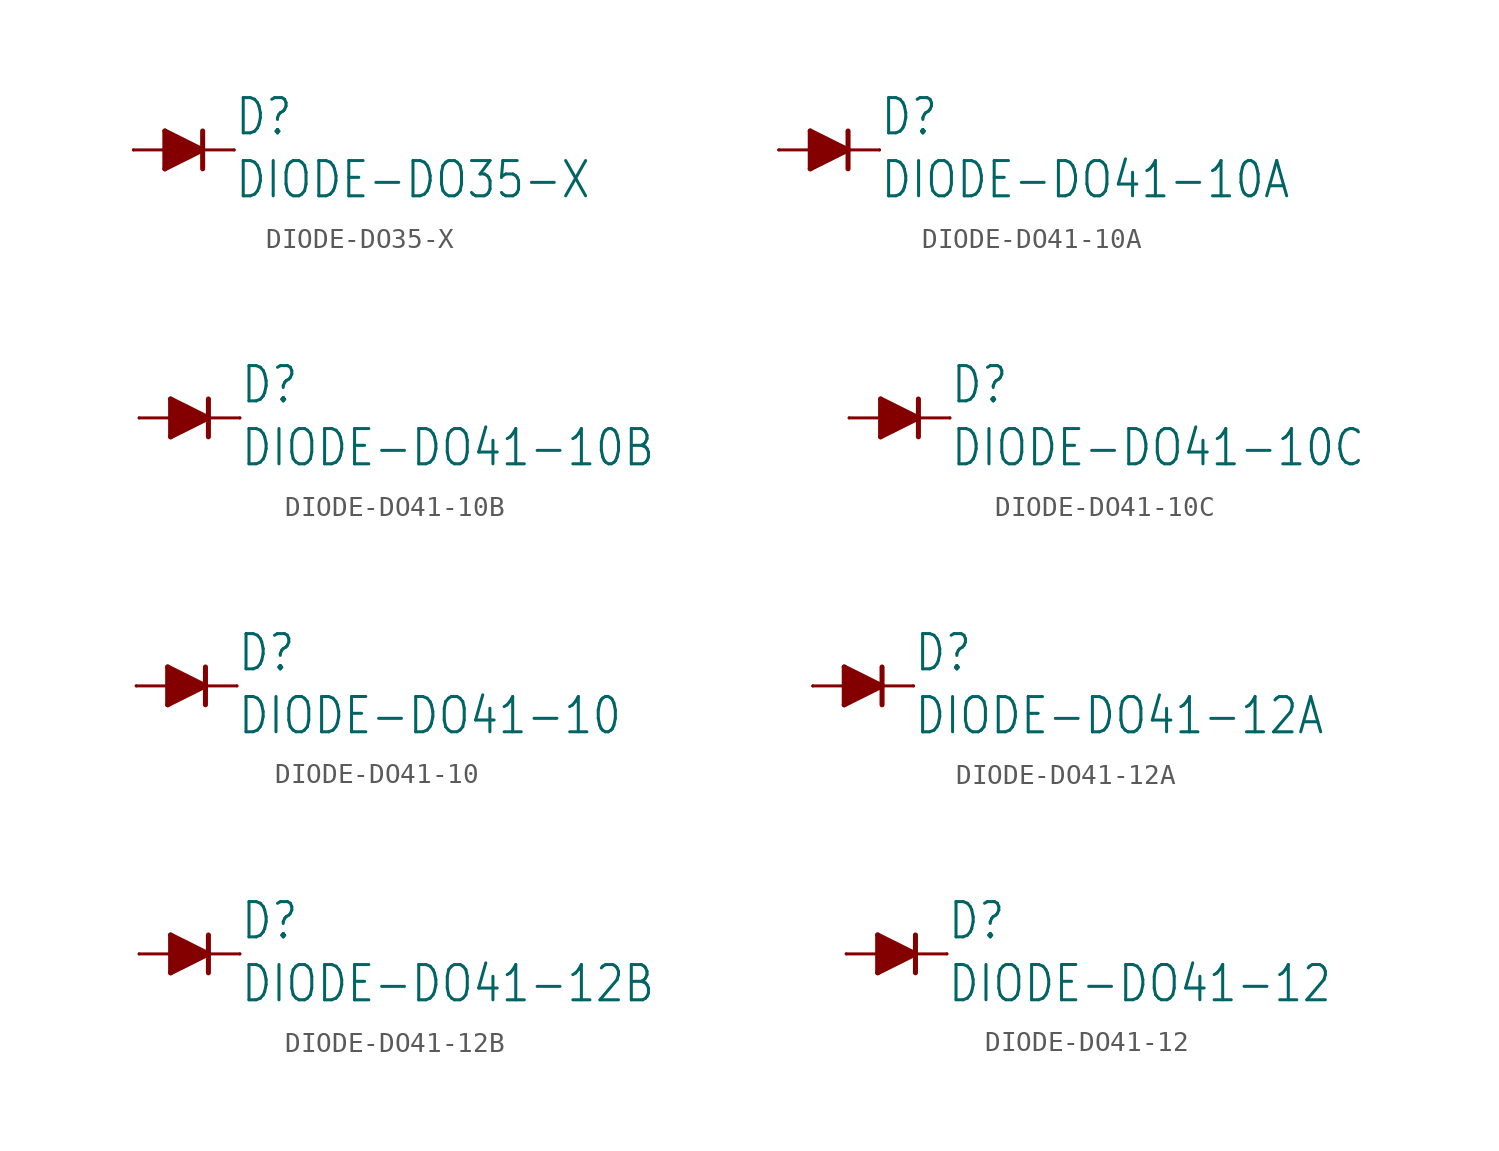
<source format=kicad_sym>
(kicad_symbol_lib
  (version 20211014)
  (generator kicad_symbol_editor)
  (symbol "DIODE-DO35-X"
    (property "Reference" "D"
      (at 2.54 0.635 0)
      (effects (font (size 1.778 1.511)) (justify left bottom)))
    (property "Value" "DIODE-DO35-X"
      (at 2.54 -2.54 0)
      (effects (font (size 1.778 1.511)) (justify left bottom)))
    (property "ki_locked" ""
      (at 0 0 0)
      (effects (font (size 1.27 1.27))))
    (symbol "DIODE-DO35-X_1_0"
      (polyline (pts (xy -0.953 -0.953) (xy 0.953 0)) (stroke (width 0.254) (type default) (color 0 0 0 0)) (fill (type none)))
      (polyline (pts (xy -0.953 0) (xy -2.54 0)) (stroke (width 0.152) (type default) (color 0 0 0 0)) (fill (type none)))
      (polyline (pts (xy -0.953 0) (xy -0.953 -0.953)) (stroke (width 0.254) (type default) (color 0 0 0 0)) (fill (type none)))
      (polyline (pts (xy -0.953 0.953) (xy -0.953 0)) (stroke (width 0.254) (type default) (color 0 0 0 0)) (fill (type none)))
      (polyline (pts (xy 0.953 0) (xy -0.953 0.953)) (stroke (width 0.254) (type default) (color 0 0 0 0)) (fill (type none)))
      (polyline (pts (xy 0.953 0) (xy 0.953 -0.953)) (stroke (width 0.254) (type default) (color 0 0 0 0)) (fill (type none)))
      (polyline (pts (xy 0.953 0) (xy 2.54 0)) (stroke (width 0.152) (type default) (color 0 0 0 0)) (fill (type none)))
      (polyline (pts (xy 0.953 0.953) (xy 0.953 0)) (stroke (width 0.254) (type default) (color 0 0 0 0)) (fill (type none)))
      (polyline (pts (xy -0.953 0.953) (xy 0.953 0) (xy -0.953 -0.953)) (stroke (width 0) (type default) (color 0 0 0 0)) (fill (type outline)))
      (pin passive line (at -2.54 0 0) (length 0) (name "A" (effects (font (size 0 0)))) (number "A" (effects (font (size 0 0)))))
      (pin passive line (at 2.54 0 180) (length 0) (name "C" (effects (font (size 0 0)))) (number "C" (effects (font (size 0 0)))))))
  (symbol "DIODE-DO41-10A"
    (property "Reference" "D"
      (at 2.54 0.635 0)
      (effects (font (size 1.778 1.511)) (justify left bottom)))
    (property "Value" "DIODE-DO41-10A"
      (at 2.54 -2.54 0)
      (effects (font (size 1.778 1.511)) (justify left bottom)))
    (property "ki_locked" ""
      (at 0 0 0)
      (effects (font (size 1.27 1.27))))
    (symbol "DIODE-DO41-10A_1_0"
      (polyline (pts (xy -0.953 -0.953) (xy 0.953 0)) (stroke (width 0.254) (type default) (color 0 0 0 0)) (fill (type none)))
      (polyline (pts (xy -0.953 0) (xy -2.54 0)) (stroke (width 0.152) (type default) (color 0 0 0 0)) (fill (type none)))
      (polyline (pts (xy -0.953 0) (xy -0.953 -0.953)) (stroke (width 0.254) (type default) (color 0 0 0 0)) (fill (type none)))
      (polyline (pts (xy -0.953 0.953) (xy -0.953 0)) (stroke (width 0.254) (type default) (color 0 0 0 0)) (fill (type none)))
      (polyline (pts (xy 0.953 0) (xy -0.953 0.953)) (stroke (width 0.254) (type default) (color 0 0 0 0)) (fill (type none)))
      (polyline (pts (xy 0.953 0) (xy 0.953 -0.953)) (stroke (width 0.254) (type default) (color 0 0 0 0)) (fill (type none)))
      (polyline (pts (xy 0.953 0) (xy 2.54 0)) (stroke (width 0.152) (type default) (color 0 0 0 0)) (fill (type none)))
      (polyline (pts (xy 0.953 0.953) (xy 0.953 0)) (stroke (width 0.254) (type default) (color 0 0 0 0)) (fill (type none)))
      (polyline (pts (xy -0.953 0.953) (xy 0.953 0) (xy -0.953 -0.953)) (stroke (width 0) (type default) (color 0 0 0 0)) (fill (type outline)))
      (pin passive line (at -2.54 0 0) (length 0) (name "A" (effects (font (size 0 0)))) (number "A" (effects (font (size 0 0)))))
      (pin passive line (at 2.54 0 180) (length 0) (name "C" (effects (font (size 0 0)))) (number "C" (effects (font (size 0 0)))))))
  (symbol "DIODE-DO41-10B"
    (property "Reference" "D"
      (at 2.54 0.635 0)
      (effects (font (size 1.778 1.511)) (justify left bottom)))
    (property "Value" "DIODE-DO41-10B"
      (at 2.54 -2.54 0)
      (effects (font (size 1.778 1.511)) (justify left bottom)))
    (property "ki_locked" ""
      (at 0 0 0)
      (effects (font (size 1.27 1.27))))
    (symbol "DIODE-DO41-10B_1_0"
      (polyline (pts (xy -0.953 -0.953) (xy 0.953 0)) (stroke (width 0.254) (type default) (color 0 0 0 0)) (fill (type none)))
      (polyline (pts (xy -0.953 0) (xy -2.54 0)) (stroke (width 0.152) (type default) (color 0 0 0 0)) (fill (type none)))
      (polyline (pts (xy -0.953 0) (xy -0.953 -0.953)) (stroke (width 0.254) (type default) (color 0 0 0 0)) (fill (type none)))
      (polyline (pts (xy -0.953 0.953) (xy -0.953 0)) (stroke (width 0.254) (type default) (color 0 0 0 0)) (fill (type none)))
      (polyline (pts (xy 0.953 0) (xy -0.953 0.953)) (stroke (width 0.254) (type default) (color 0 0 0 0)) (fill (type none)))
      (polyline (pts (xy 0.953 0) (xy 0.953 -0.953)) (stroke (width 0.254) (type default) (color 0 0 0 0)) (fill (type none)))
      (polyline (pts (xy 0.953 0) (xy 2.54 0)) (stroke (width 0.152) (type default) (color 0 0 0 0)) (fill (type none)))
      (polyline (pts (xy 0.953 0.953) (xy 0.953 0)) (stroke (width 0.254) (type default) (color 0 0 0 0)) (fill (type none)))
      (polyline (pts (xy -0.953 0.953) (xy 0.953 0) (xy -0.953 -0.953)) (stroke (width 0) (type default) (color 0 0 0 0)) (fill (type outline)))
      (pin passive line (at -2.54 0 0) (length 0) (name "A" (effects (font (size 0 0)))) (number "A" (effects (font (size 0 0)))))
      (pin passive line (at 2.54 0 180) (length 0) (name "C" (effects (font (size 0 0)))) (number "C" (effects (font (size 0 0)))))))
  (symbol "DIODE-DO41-10C"
    (property "Reference" "D"
      (at 2.54 0.635 0)
      (effects (font (size 1.778 1.511)) (justify left bottom)))
    (property "Value" "DIODE-DO41-10C"
      (at 2.54 -2.54 0)
      (effects (font (size 1.778 1.511)) (justify left bottom)))
    (property "ki_locked" ""
      (at 0 0 0)
      (effects (font (size 1.27 1.27))))
    (symbol "DIODE-DO41-10C_1_0"
      (polyline (pts (xy -0.953 -0.953) (xy 0.953 0)) (stroke (width 0.254) (type default) (color 0 0 0 0)) (fill (type none)))
      (polyline (pts (xy -0.953 0) (xy -2.54 0)) (stroke (width 0.152) (type default) (color 0 0 0 0)) (fill (type none)))
      (polyline (pts (xy -0.953 0) (xy -0.953 -0.953)) (stroke (width 0.254) (type default) (color 0 0 0 0)) (fill (type none)))
      (polyline (pts (xy -0.953 0.953) (xy -0.953 0)) (stroke (width 0.254) (type default) (color 0 0 0 0)) (fill (type none)))
      (polyline (pts (xy 0.953 0) (xy -0.953 0.953)) (stroke (width 0.254) (type default) (color 0 0 0 0)) (fill (type none)))
      (polyline (pts (xy 0.953 0) (xy 0.953 -0.953)) (stroke (width 0.254) (type default) (color 0 0 0 0)) (fill (type none)))
      (polyline (pts (xy 0.953 0) (xy 2.54 0)) (stroke (width 0.152) (type default) (color 0 0 0 0)) (fill (type none)))
      (polyline (pts (xy 0.953 0.953) (xy 0.953 0)) (stroke (width 0.254) (type default) (color 0 0 0 0)) (fill (type none)))
      (polyline (pts (xy -0.953 0.953) (xy 0.953 0) (xy -0.953 -0.953)) (stroke (width 0) (type default) (color 0 0 0 0)) (fill (type outline)))
      (pin passive line (at -2.54 0 0) (length 0) (name "A" (effects (font (size 0 0)))) (number "A" (effects (font (size 0 0)))))
      (pin passive line (at 2.54 0 180) (length 0) (name "C" (effects (font (size 0 0)))) (number "C" (effects (font (size 0 0)))))))
  (symbol "DIODE-DO41-10"
    (property "Reference" "D"
      (at 2.54 0.635 0)
      (effects (font (size 1.778 1.511)) (justify left bottom)))
    (property "Value" "DIODE-DO41-10"
      (at 2.54 -2.54 0)
      (effects (font (size 1.778 1.511)) (justify left bottom)))
    (property "ki_locked" ""
      (at 0 0 0)
      (effects (font (size 1.27 1.27))))
    (symbol "DIODE-DO41-10_1_0"
      (polyline (pts (xy -0.953 -0.953) (xy 0.953 0)) (stroke (width 0.254) (type default) (color 0 0 0 0)) (fill (type none)))
      (polyline (pts (xy -0.953 0) (xy -2.54 0)) (stroke (width 0.152) (type default) (color 0 0 0 0)) (fill (type none)))
      (polyline (pts (xy -0.953 0) (xy -0.953 -0.953)) (stroke (width 0.254) (type default) (color 0 0 0 0)) (fill (type none)))
      (polyline (pts (xy -0.953 0.953) (xy -0.953 0)) (stroke (width 0.254) (type default) (color 0 0 0 0)) (fill (type none)))
      (polyline (pts (xy 0.953 0) (xy -0.953 0.953)) (stroke (width 0.254) (type default) (color 0 0 0 0)) (fill (type none)))
      (polyline (pts (xy 0.953 0) (xy 0.953 -0.953)) (stroke (width 0.254) (type default) (color 0 0 0 0)) (fill (type none)))
      (polyline (pts (xy 0.953 0) (xy 2.54 0)) (stroke (width 0.152) (type default) (color 0 0 0 0)) (fill (type none)))
      (polyline (pts (xy 0.953 0.953) (xy 0.953 0)) (stroke (width 0.254) (type default) (color 0 0 0 0)) (fill (type none)))
      (polyline (pts (xy -0.953 0.953) (xy 0.953 0) (xy -0.953 -0.953)) (stroke (width 0) (type default) (color 0 0 0 0)) (fill (type outline)))
      (pin passive line (at -2.54 0 0) (length 0) (name "A" (effects (font (size 0 0)))) (number "A" (effects (font (size 0 0)))))
      (pin passive line (at 2.54 0 180) (length 0) (name "C" (effects (font (size 0 0)))) (number "C" (effects (font (size 0 0)))))))
  (symbol "DIODE-DO41-12A"
    (property "Reference" "D"
      (at 2.54 0.635 0)
      (effects (font (size 1.778 1.511)) (justify left bottom)))
    (property "Value" "DIODE-DO41-12A"
      (at 2.54 -2.54 0)
      (effects (font (size 1.778 1.511)) (justify left bottom)))
    (property "ki_locked" ""
      (at 0 0 0)
      (effects (font (size 1.27 1.27))))
    (symbol "DIODE-DO41-12A_1_0"
      (polyline (pts (xy -0.953 -0.953) (xy 0.953 0)) (stroke (width 0.254) (type default) (color 0 0 0 0)) (fill (type none)))
      (polyline (pts (xy -0.953 0) (xy -2.54 0)) (stroke (width 0.152) (type default) (color 0 0 0 0)) (fill (type none)))
      (polyline (pts (xy -0.953 0) (xy -0.953 -0.953)) (stroke (width 0.254) (type default) (color 0 0 0 0)) (fill (type none)))
      (polyline (pts (xy -0.953 0.953) (xy -0.953 0)) (stroke (width 0.254) (type default) (color 0 0 0 0)) (fill (type none)))
      (polyline (pts (xy 0.953 0) (xy -0.953 0.953)) (stroke (width 0.254) (type default) (color 0 0 0 0)) (fill (type none)))
      (polyline (pts (xy 0.953 0) (xy 0.953 -0.953)) (stroke (width 0.254) (type default) (color 0 0 0 0)) (fill (type none)))
      (polyline (pts (xy 0.953 0) (xy 2.54 0)) (stroke (width 0.152) (type default) (color 0 0 0 0)) (fill (type none)))
      (polyline (pts (xy 0.953 0.953) (xy 0.953 0)) (stroke (width 0.254) (type default) (color 0 0 0 0)) (fill (type none)))
      (polyline (pts (xy -0.953 0.953) (xy 0.953 0) (xy -0.953 -0.953)) (stroke (width 0) (type default) (color 0 0 0 0)) (fill (type outline)))
      (pin passive line (at -2.54 0 0) (length 0) (name "A" (effects (font (size 0 0)))) (number "A" (effects (font (size 0 0)))))
      (pin passive line (at 2.54 0 180) (length 0) (name "C" (effects (font (size 0 0)))) (number "C" (effects (font (size 0 0)))))))
  (symbol "DIODE-DO41-12B"
    (property "Reference" "D"
      (at 2.54 0.635 0)
      (effects (font (size 1.778 1.511)) (justify left bottom)))
    (property "Value" "DIODE-DO41-12B"
      (at 2.54 -2.54 0)
      (effects (font (size 1.778 1.511)) (justify left bottom)))
    (property "ki_locked" ""
      (at 0 0 0)
      (effects (font (size 1.27 1.27))))
    (symbol "DIODE-DO41-12B_1_0"
      (polyline (pts (xy -0.953 -0.953) (xy 0.953 0)) (stroke (width 0.254) (type default) (color 0 0 0 0)) (fill (type none)))
      (polyline (pts (xy -0.953 0) (xy -2.54 0)) (stroke (width 0.152) (type default) (color 0 0 0 0)) (fill (type none)))
      (polyline (pts (xy -0.953 0) (xy -0.953 -0.953)) (stroke (width 0.254) (type default) (color 0 0 0 0)) (fill (type none)))
      (polyline (pts (xy -0.953 0.953) (xy -0.953 0)) (stroke (width 0.254) (type default) (color 0 0 0 0)) (fill (type none)))
      (polyline (pts (xy 0.953 0) (xy -0.953 0.953)) (stroke (width 0.254) (type default) (color 0 0 0 0)) (fill (type none)))
      (polyline (pts (xy 0.953 0) (xy 0.953 -0.953)) (stroke (width 0.254) (type default) (color 0 0 0 0)) (fill (type none)))
      (polyline (pts (xy 0.953 0) (xy 2.54 0)) (stroke (width 0.152) (type default) (color 0 0 0 0)) (fill (type none)))
      (polyline (pts (xy 0.953 0.953) (xy 0.953 0)) (stroke (width 0.254) (type default) (color 0 0 0 0)) (fill (type none)))
      (polyline (pts (xy -0.953 0.953) (xy 0.953 0) (xy -0.953 -0.953)) (stroke (width 0) (type default) (color 0 0 0 0)) (fill (type outline)))
      (pin passive line (at -2.54 0 0) (length 0) (name "A" (effects (font (size 0 0)))) (number "A" (effects (font (size 0 0)))))
      (pin passive line (at 2.54 0 180) (length 0) (name "C" (effects (font (size 0 0)))) (number "C" (effects (font (size 0 0)))))))
  (symbol "DIODE-DO41-12"
    (property "Reference" "D"
      (at 2.54 0.635 0)
      (effects (font (size 1.778 1.511)) (justify left bottom)))
    (property "Value" "DIODE-DO41-12"
      (at 2.54 -2.54 0)
      (effects (font (size 1.778 1.511)) (justify left bottom)))
    (property "ki_locked" ""
      (at 0 0 0)
      (effects (font (size 1.27 1.27))))
    (symbol "DIODE-DO41-12_1_0"
      (polyline (pts (xy -0.953 -0.953) (xy 0.953 0)) (stroke (width 0.254) (type default) (color 0 0 0 0)) (fill (type none)))
      (polyline (pts (xy -0.953 0) (xy -2.54 0)) (stroke (width 0.152) (type default) (color 0 0 0 0)) (fill (type none)))
      (polyline (pts (xy -0.953 0) (xy -0.953 -0.953)) (stroke (width 0.254) (type default) (color 0 0 0 0)) (fill (type none)))
      (polyline (pts (xy -0.953 0.953) (xy -0.953 0)) (stroke (width 0.254) (type default) (color 0 0 0 0)) (fill (type none)))
      (polyline (pts (xy 0.953 0) (xy -0.953 0.953)) (stroke (width 0.254) (type default) (color 0 0 0 0)) (fill (type none)))
      (polyline (pts (xy 0.953 0) (xy 0.953 -0.953)) (stroke (width 0.254) (type default) (color 0 0 0 0)) (fill (type none)))
      (polyline (pts (xy 0.953 0) (xy 2.54 0)) (stroke (width 0.152) (type default) (color 0 0 0 0)) (fill (type none)))
      (polyline (pts (xy 0.953 0.953) (xy 0.953 0)) (stroke (width 0.254) (type default) (color 0 0 0 0)) (fill (type none)))
      (polyline (pts (xy -0.953 0.953) (xy 0.953 0) (xy -0.953 -0.953)) (stroke (width 0) (type default) (color 0 0 0 0)) (fill (type outline)))
      (pin passive line (at -2.54 0 0) (length 0) (name "A" (effects (font (size 0 0)))) (number "A" (effects (font (size 0 0)))))
      (pin passive line (at 2.54 0 180) (length 0) (name "C" (effects (font (size 0 0)))) (number "C" (effects (font (size 0 0))))))))
</source>
